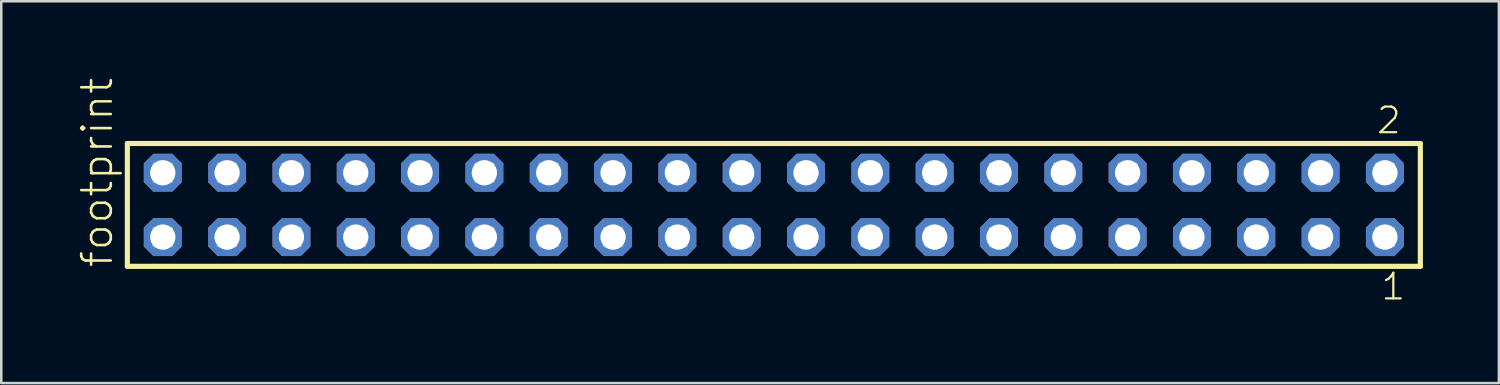
<source format=kicad_pcb>
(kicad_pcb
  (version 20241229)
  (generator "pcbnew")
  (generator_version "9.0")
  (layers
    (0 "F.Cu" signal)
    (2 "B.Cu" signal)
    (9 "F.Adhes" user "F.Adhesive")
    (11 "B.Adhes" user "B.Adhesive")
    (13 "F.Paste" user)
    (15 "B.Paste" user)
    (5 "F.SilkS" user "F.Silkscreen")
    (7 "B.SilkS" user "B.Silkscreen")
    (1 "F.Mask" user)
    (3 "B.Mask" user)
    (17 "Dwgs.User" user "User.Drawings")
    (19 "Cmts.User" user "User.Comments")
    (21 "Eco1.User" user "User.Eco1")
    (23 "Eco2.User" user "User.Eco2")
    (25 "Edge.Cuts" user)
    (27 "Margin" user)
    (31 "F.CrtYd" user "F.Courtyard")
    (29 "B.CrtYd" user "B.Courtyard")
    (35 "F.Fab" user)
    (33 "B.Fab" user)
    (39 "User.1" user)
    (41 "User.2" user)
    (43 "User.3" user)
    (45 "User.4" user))
  (footprint "footprint"
    (layer "F.Cu")
    (at 27.508 5.042)
    (property "Reference" "footprint" (at -26.035 2.54 90) (layer "F.SilkS") (effects (font (size 1.168 1.168) (thickness 0.102)) (justify left bottom)))
    (fp_line (start -25.529 -2.425) (end 25.529 -2.425) (stroke (width 0.203) (type solid)) (layer "F.SilkS"))
    (fp_line (start -25.529 2.425) (end -25.529 -2.425) (stroke (width 0.203) (type solid)) (layer "F.SilkS"))
    (fp_line (start 25.529 -2.425) (end 25.529 2.425) (stroke (width 0.203) (type solid)) (layer "F.SilkS"))
    (fp_line (start 25.529 2.425) (end -25.529 2.425) (stroke (width 0.203) (type solid)) (layer "F.SilkS"))
    (fp_poly (pts (xy -24.48 -0.92) (xy -23.78 -0.92) (xy -23.78 -1.62) (xy -24.48 -1.62)) (stroke (width 0.1) (type solid)) (fill no) (layer "F.Fab"))
    (fp_poly (pts (xy -24.48 1.62) (xy -23.78 1.62) (xy -23.78 0.92) (xy -24.48 0.92)) (stroke (width 0.1) (type solid)) (fill no) (layer "F.Fab"))
    (fp_poly (pts (xy -21.94 -0.92) (xy -21.24 -0.92) (xy -21.24 -1.62) (xy -21.94 -1.62)) (stroke (width 0.1) (type solid)) (fill no) (layer "F.Fab"))
    (fp_poly (pts (xy -21.94 1.62) (xy -21.24 1.62) (xy -21.24 0.92) (xy -21.94 0.92)) (stroke (width 0.1) (type solid)) (fill no) (layer "F.Fab"))
    (fp_poly (pts (xy -19.4 -0.92) (xy -18.7 -0.92) (xy -18.7 -1.62) (xy -19.4 -1.62)) (stroke (width 0.1) (type solid)) (fill no) (layer "F.Fab"))
    (fp_poly (pts (xy -19.4 1.62) (xy -18.7 1.62) (xy -18.7 0.92) (xy -19.4 0.92)) (stroke (width 0.1) (type solid)) (fill no) (layer "F.Fab"))
    (fp_poly (pts (xy -16.86 -0.92) (xy -16.16 -0.92) (xy -16.16 -1.62) (xy -16.86 -1.62)) (stroke (width 0.1) (type solid)) (fill no) (layer "F.Fab"))
    (fp_poly (pts (xy -16.86 1.62) (xy -16.16 1.62) (xy -16.16 0.92) (xy -16.86 0.92)) (stroke (width 0.1) (type solid)) (fill no) (layer "F.Fab"))
    (fp_poly (pts (xy -14.32 -0.92) (xy -13.62 -0.92) (xy -13.62 -1.62) (xy -14.32 -1.62)) (stroke (width 0.1) (type solid)) (fill no) (layer "F.Fab"))
    (fp_poly (pts (xy -14.32 1.62) (xy -13.62 1.62) (xy -13.62 0.92) (xy -14.32 0.92)) (stroke (width 0.1) (type solid)) (fill no) (layer "F.Fab"))
    (fp_poly (pts (xy -11.78 -0.92) (xy -11.08 -0.92) (xy -11.08 -1.62) (xy -11.78 -1.62)) (stroke (width 0.1) (type solid)) (fill no) (layer "F.Fab"))
    (fp_poly (pts (xy -11.78 1.62) (xy -11.08 1.62) (xy -11.08 0.92) (xy -11.78 0.92)) (stroke (width 0.1) (type solid)) (fill no) (layer "F.Fab"))
    (fp_poly (pts (xy -9.24 -0.92) (xy -8.54 -0.92) (xy -8.54 -1.62) (xy -9.24 -1.62)) (stroke (width 0.1) (type solid)) (fill no) (layer "F.Fab"))
    (fp_poly (pts (xy -9.24 1.62) (xy -8.54 1.62) (xy -8.54 0.92) (xy -9.24 0.92)) (stroke (width 0.1) (type solid)) (fill no) (layer "F.Fab"))
    (fp_poly (pts (xy -6.7 -0.92) (xy -6 -0.92) (xy -6 -1.62) (xy -6.7 -1.62)) (stroke (width 0.1) (type solid)) (fill no) (layer "F.Fab"))
    (fp_poly (pts (xy -6.7 1.62) (xy -6 1.62) (xy -6 0.92) (xy -6.7 0.92)) (stroke (width 0.1) (type solid)) (fill no) (layer "F.Fab"))
    (fp_poly (pts (xy -4.16 -0.92) (xy -3.46 -0.92) (xy -3.46 -1.62) (xy -4.16 -1.62)) (stroke (width 0.1) (type solid)) (fill no) (layer "F.Fab"))
    (fp_poly (pts (xy -4.16 1.62) (xy -3.46 1.62) (xy -3.46 0.92) (xy -4.16 0.92)) (stroke (width 0.1) (type solid)) (fill no) (layer "F.Fab"))
    (fp_poly (pts (xy -1.62 -0.92) (xy -0.92 -0.92) (xy -0.92 -1.62) (xy -1.62 -1.62)) (stroke (width 0.1) (type solid)) (fill no) (layer "F.Fab"))
    (fp_poly (pts (xy -1.62 1.62) (xy -0.92 1.62) (xy -0.92 0.92) (xy -1.62 0.92)) (stroke (width 0.1) (type solid)) (fill no) (layer "F.Fab"))
    (fp_poly (pts (xy 0.92 -0.92) (xy 1.62 -0.92) (xy 1.62 -1.62) (xy 0.92 -1.62)) (stroke (width 0.1) (type solid)) (fill no) (layer "F.Fab"))
    (fp_poly (pts (xy 0.92 1.62) (xy 1.62 1.62) (xy 1.62 0.92) (xy 0.92 0.92)) (stroke (width 0.1) (type solid)) (fill no) (layer "F.Fab"))
    (fp_poly (pts (xy 3.46 -0.92) (xy 4.16 -0.92) (xy 4.16 -1.62) (xy 3.46 -1.62)) (stroke (width 0.1) (type solid)) (fill no) (layer "F.Fab"))
    (fp_poly (pts (xy 3.46 1.62) (xy 4.16 1.62) (xy 4.16 0.92) (xy 3.46 0.92)) (stroke (width 0.1) (type solid)) (fill no) (layer "F.Fab"))
    (fp_poly (pts (xy 6 -0.92) (xy 6.7 -0.92) (xy 6.7 -1.62) (xy 6 -1.62)) (stroke (width 0.1) (type solid)) (fill no) (layer "F.Fab"))
    (fp_poly (pts (xy 6 1.62) (xy 6.7 1.62) (xy 6.7 0.92) (xy 6 0.92)) (stroke (width 0.1) (type solid)) (fill no) (layer "F.Fab"))
    (fp_poly (pts (xy 8.54 -0.92) (xy 9.24 -0.92) (xy 9.24 -1.62) (xy 8.54 -1.62)) (stroke (width 0.1) (type solid)) (fill no) (layer "F.Fab"))
    (fp_poly (pts (xy 8.54 1.62) (xy 9.24 1.62) (xy 9.24 0.92) (xy 8.54 0.92)) (stroke (width 0.1) (type solid)) (fill no) (layer "F.Fab"))
    (fp_poly (pts (xy 11.08 -0.92) (xy 11.78 -0.92) (xy 11.78 -1.62) (xy 11.08 -1.62)) (stroke (width 0.1) (type solid)) (fill no) (layer "F.Fab"))
    (fp_poly (pts (xy 11.08 1.62) (xy 11.78 1.62) (xy 11.78 0.92) (xy 11.08 0.92)) (stroke (width 0.1) (type solid)) (fill no) (layer "F.Fab"))
    (fp_poly (pts (xy 13.62 -0.92) (xy 14.32 -0.92) (xy 14.32 -1.62) (xy 13.62 -1.62)) (stroke (width 0.1) (type solid)) (fill no) (layer "F.Fab"))
    (fp_poly (pts (xy 13.62 1.62) (xy 14.32 1.62) (xy 14.32 0.92) (xy 13.62 0.92)) (stroke (width 0.1) (type solid)) (fill no) (layer "F.Fab"))
    (fp_poly (pts (xy 16.16 -0.92) (xy 16.86 -0.92) (xy 16.86 -1.62) (xy 16.16 -1.62)) (stroke (width 0.1) (type solid)) (fill no) (layer "F.Fab"))
    (fp_poly (pts (xy 16.16 1.62) (xy 16.86 1.62) (xy 16.86 0.92) (xy 16.16 0.92)) (stroke (width 0.1) (type solid)) (fill no) (layer "F.Fab"))
    (fp_poly (pts (xy 18.7 -0.92) (xy 19.4 -0.92) (xy 19.4 -1.62) (xy 18.7 -1.62)) (stroke (width 0.1) (type solid)) (fill no) (layer "F.Fab"))
    (fp_poly (pts (xy 18.7 1.62) (xy 19.4 1.62) (xy 19.4 0.92) (xy 18.7 0.92)) (stroke (width 0.1) (type solid)) (fill no) (layer "F.Fab"))
    (fp_poly (pts (xy 21.24 -0.92) (xy 21.94 -0.92) (xy 21.94 -1.62) (xy 21.24 -1.62)) (stroke (width 0.1) (type solid)) (fill no) (layer "F.Fab"))
    (fp_poly (pts (xy 21.24 1.62) (xy 21.94 1.62) (xy 21.94 0.92) (xy 21.24 0.92)) (stroke (width 0.1) (type solid)) (fill no) (layer "F.Fab"))
    (fp_poly (pts (xy 23.78 -0.92) (xy 24.48 -0.92) (xy 24.48 -1.62) (xy 23.78 -1.62)) (stroke (width 0.1) (type solid)) (fill no) (layer "F.Fab"))
    (fp_poly (pts (xy 23.78 1.62) (xy 24.48 1.62) (xy 24.48 0.92) (xy 23.78 0.92)) (stroke (width 0.1) (type solid)) (fill no) (layer "F.Fab"))
    (fp_text user "2" (at 23.747 -2.744 0) (layer "F.SilkS") (effects (font (size 1.012 1.012) (thickness 0.088)) (justify left bottom)))
    (fp_text user "1" (at 23.922 3.818 0) (layer "F.SilkS") (effects (font (size 1.012 1.012) (thickness 0.088)) (justify left bottom)))
    (pad "1" thru_hole roundrect (at 24.13 1.27 180) (size 1.5 1.5) (drill 1) (layers "*.Cu" "*.Mask") (roundrect_rratio 0.25) (chamfer_ratio 0.25) (chamfer top_left top_right bottom_left bottom_right))
    (pad "2" thru_hole roundrect (at 24.13 -1.27 180) (size 1.5 1.5) (drill 1) (layers "*.Cu" "*.Mask") (roundrect_rratio 0.25) (chamfer_ratio 0.25) (chamfer top_left top_right bottom_left bottom_right))
    (pad "3" thru_hole roundrect (at 21.59 1.27 180) (size 1.5 1.5) (drill 1) (layers "*.Cu" "*.Mask") (roundrect_rratio 0.25) (chamfer_ratio 0.25) (chamfer top_left top_right bottom_left bottom_right))
    (pad "4" thru_hole roundrect (at 21.59 -1.27 180) (size 1.5 1.5) (drill 1) (layers "*.Cu" "*.Mask") (roundrect_rratio 0.25) (chamfer_ratio 0.25) (chamfer top_left top_right bottom_left bottom_right))
    (pad "5" thru_hole roundrect (at 19.05 1.27 180) (size 1.5 1.5) (drill 1) (layers "*.Cu" "*.Mask") (roundrect_rratio 0.25) (chamfer_ratio 0.25) (chamfer top_left top_right bottom_left bottom_right))
    (pad "6" thru_hole roundrect (at 19.05 -1.27 180) (size 1.5 1.5) (drill 1) (layers "*.Cu" "*.Mask") (roundrect_rratio 0.25) (chamfer_ratio 0.25) (chamfer top_left top_right bottom_left bottom_right))
    (pad "7" thru_hole roundrect (at 16.51 1.27 180) (size 1.5 1.5) (drill 1) (layers "*.Cu" "*.Mask") (roundrect_rratio 0.25) (chamfer_ratio 0.25) (chamfer top_left top_right bottom_left bottom_right))
    (pad "8" thru_hole roundrect (at 16.51 -1.27 180) (size 1.5 1.5) (drill 1) (layers "*.Cu" "*.Mask") (roundrect_rratio 0.25) (chamfer_ratio 0.25) (chamfer top_left top_right bottom_left bottom_right))
    (pad "9" thru_hole roundrect (at 13.97 1.27 180) (size 1.5 1.5) (drill 1) (layers "*.Cu" "*.Mask") (roundrect_rratio 0.25) (chamfer_ratio 0.25) (chamfer top_left top_right bottom_left bottom_right))
    (pad "10" thru_hole roundrect (at 13.97 -1.27 180) (size 1.5 1.5) (drill 1) (layers "*.Cu" "*.Mask") (roundrect_rratio 0.25) (chamfer_ratio 0.25) (chamfer top_left top_right bottom_left bottom_right))
    (pad "11" thru_hole roundrect (at 11.43 1.27 180) (size 1.5 1.5) (drill 1) (layers "*.Cu" "*.Mask") (roundrect_rratio 0.25) (chamfer_ratio 0.25) (chamfer top_left top_right bottom_left bottom_right))
    (pad "12" thru_hole roundrect (at 11.43 -1.27 180) (size 1.5 1.5) (drill 1) (layers "*.Cu" "*.Mask") (roundrect_rratio 0.25) (chamfer_ratio 0.25) (chamfer top_left top_right bottom_left bottom_right))
    (pad "13" thru_hole roundrect (at 8.89 1.27 180) (size 1.5 1.5) (drill 1) (layers "*.Cu" "*.Mask") (roundrect_rratio 0.25) (chamfer_ratio 0.25) (chamfer top_left top_right bottom_left bottom_right))
    (pad "14" thru_hole roundrect (at 8.89 -1.27 180) (size 1.5 1.5) (drill 1) (layers "*.Cu" "*.Mask") (roundrect_rratio 0.25) (chamfer_ratio 0.25) (chamfer top_left top_right bottom_left bottom_right))
    (pad "15" thru_hole roundrect (at 6.35 1.27 180) (size 1.5 1.5) (drill 1) (layers "*.Cu" "*.Mask") (roundrect_rratio 0.25) (chamfer_ratio 0.25) (chamfer top_left top_right bottom_left bottom_right))
    (pad "16" thru_hole roundrect (at 6.35 -1.27 180) (size 1.5 1.5) (drill 1) (layers "*.Cu" "*.Mask") (roundrect_rratio 0.25) (chamfer_ratio 0.25) (chamfer top_left top_right bottom_left bottom_right))
    (pad "17" thru_hole roundrect (at 3.81 1.27 180) (size 1.5 1.5) (drill 1) (layers "*.Cu" "*.Mask") (roundrect_rratio 0.25) (chamfer_ratio 0.25) (chamfer top_left top_right bottom_left bottom_right))
    (pad "18" thru_hole roundrect (at 3.81 -1.27 180) (size 1.5 1.5) (drill 1) (layers "*.Cu" "*.Mask") (roundrect_rratio 0.25) (chamfer_ratio 0.25) (chamfer top_left top_right bottom_left bottom_right))
    (pad "19" thru_hole roundrect (at 1.27 1.27 180) (size 1.5 1.5) (drill 1) (layers "*.Cu" "*.Mask") (roundrect_rratio 0.25) (chamfer_ratio 0.25) (chamfer top_left top_right bottom_left bottom_right))
    (pad "20" thru_hole roundrect (at 1.27 -1.27 180) (size 1.5 1.5) (drill 1) (layers "*.Cu" "*.Mask") (roundrect_rratio 0.25) (chamfer_ratio 0.25) (chamfer top_left top_right bottom_left bottom_right))
    (pad "21" thru_hole roundrect (at -1.27 1.27 180) (size 1.5 1.5) (drill 1) (layers "*.Cu" "*.Mask") (roundrect_rratio 0.25) (chamfer_ratio 0.25) (chamfer top_left top_right bottom_left bottom_right))
    (pad "22" thru_hole roundrect (at -1.27 -1.27 180) (size 1.5 1.5) (drill 1) (layers "*.Cu" "*.Mask") (roundrect_rratio 0.25) (chamfer_ratio 0.25) (chamfer top_left top_right bottom_left bottom_right))
    (pad "23" thru_hole roundrect (at -3.81 1.27 180) (size 1.5 1.5) (drill 1) (layers "*.Cu" "*.Mask") (roundrect_rratio 0.25) (chamfer_ratio 0.25) (chamfer top_left top_right bottom_left bottom_right))
    (pad "24" thru_hole roundrect (at -3.81 -1.27 180) (size 1.5 1.5) (drill 1) (layers "*.Cu" "*.Mask") (roundrect_rratio 0.25) (chamfer_ratio 0.25) (chamfer top_left top_right bottom_left bottom_right))
    (pad "25" thru_hole roundrect (at -6.35 1.27 180) (size 1.5 1.5) (drill 1) (layers "*.Cu" "*.Mask") (roundrect_rratio 0.25) (chamfer_ratio 0.25) (chamfer top_left top_right bottom_left bottom_right))
    (pad "26" thru_hole roundrect (at -6.35 -1.27 180) (size 1.5 1.5) (drill 1) (layers "*.Cu" "*.Mask") (roundrect_rratio 0.25) (chamfer_ratio 0.25) (chamfer top_left top_right bottom_left bottom_right))
    (pad "27" thru_hole roundrect (at -8.89 1.27 180) (size 1.5 1.5) (drill 1) (layers "*.Cu" "*.Mask") (roundrect_rratio 0.25) (chamfer_ratio 0.25) (chamfer top_left top_right bottom_left bottom_right))
    (pad "28" thru_hole roundrect (at -8.89 -1.27 180) (size 1.5 1.5) (drill 1) (layers "*.Cu" "*.Mask") (roundrect_rratio 0.25) (chamfer_ratio 0.25) (chamfer top_left top_right bottom_left bottom_right))
    (pad "29" thru_hole roundrect (at -11.43 1.27 180) (size 1.5 1.5) (drill 1) (layers "*.Cu" "*.Mask") (roundrect_rratio 0.25) (chamfer_ratio 0.25) (chamfer top_left top_right bottom_left bottom_right))
    (pad "30" thru_hole roundrect (at -11.43 -1.27 180) (size 1.5 1.5) (drill 1) (layers "*.Cu" "*.Mask") (roundrect_rratio 0.25) (chamfer_ratio 0.25) (chamfer top_left top_right bottom_left bottom_right))
    (pad "31" thru_hole roundrect (at -13.97 1.27 180) (size 1.5 1.5) (drill 1) (layers "*.Cu" "*.Mask") (roundrect_rratio 0.25) (chamfer_ratio 0.25) (chamfer top_left top_right bottom_left bottom_right))
    (pad "32" thru_hole roundrect (at -13.97 -1.27 180) (size 1.5 1.5) (drill 1) (layers "*.Cu" "*.Mask") (roundrect_rratio 0.25) (chamfer_ratio 0.25) (chamfer top_left top_right bottom_left bottom_right))
    (pad "33" thru_hole roundrect (at -16.51 1.27 180) (size 1.5 1.5) (drill 1) (layers "*.Cu" "*.Mask") (roundrect_rratio 0.25) (chamfer_ratio 0.25) (chamfer top_left top_right bottom_left bottom_right))
    (pad "34" thru_hole roundrect (at -16.51 -1.27 180) (size 1.5 1.5) (drill 1) (layers "*.Cu" "*.Mask") (roundrect_rratio 0.25) (chamfer_ratio 0.25) (chamfer top_left top_right bottom_left bottom_right))
    (pad "35" thru_hole roundrect (at -19.05 1.27 180) (size 1.5 1.5) (drill 1) (layers "*.Cu" "*.Mask") (roundrect_rratio 0.25) (chamfer_ratio 0.25) (chamfer top_left top_right bottom_left bottom_right))
    (pad "36" thru_hole roundrect (at -19.05 -1.27 180) (size 1.5 1.5) (drill 1) (layers "*.Cu" "*.Mask") (roundrect_rratio 0.25) (chamfer_ratio 0.25) (chamfer top_left top_right bottom_left bottom_right))
    (pad "37" thru_hole roundrect (at -21.59 1.27 180) (size 1.5 1.5) (drill 1) (layers "*.Cu" "*.Mask") (roundrect_rratio 0.25) (chamfer_ratio 0.25) (chamfer top_left top_right bottom_left bottom_right))
    (pad "38" thru_hole roundrect (at -21.59 -1.27 180) (size 1.5 1.5) (drill 1) (layers "*.Cu" "*.Mask") (roundrect_rratio 0.25) (chamfer_ratio 0.25) (chamfer top_left top_right bottom_left bottom_right))
    (pad "39" thru_hole roundrect (at -24.13 1.27 180) (size 1.5 1.5) (drill 1) (layers "*.Cu" "*.Mask") (roundrect_rratio 0.25) (chamfer_ratio 0.25) (chamfer top_left top_right bottom_left bottom_right))
    (pad "40" thru_hole roundrect (at -24.13 -1.27 180) (size 1.5 1.5) (drill 1) (layers "*.Cu" "*.Mask") (roundrect_rratio 0.25) (chamfer_ratio 0.25) (chamfer top_left top_right bottom_left bottom_right)))
  (gr_rect
    (start -3 -3)
    (end 56.139 12.077)
    (stroke (width 0.1) (type default))
    (fill no)
    (layer "Edge.Cuts")))
</source>
